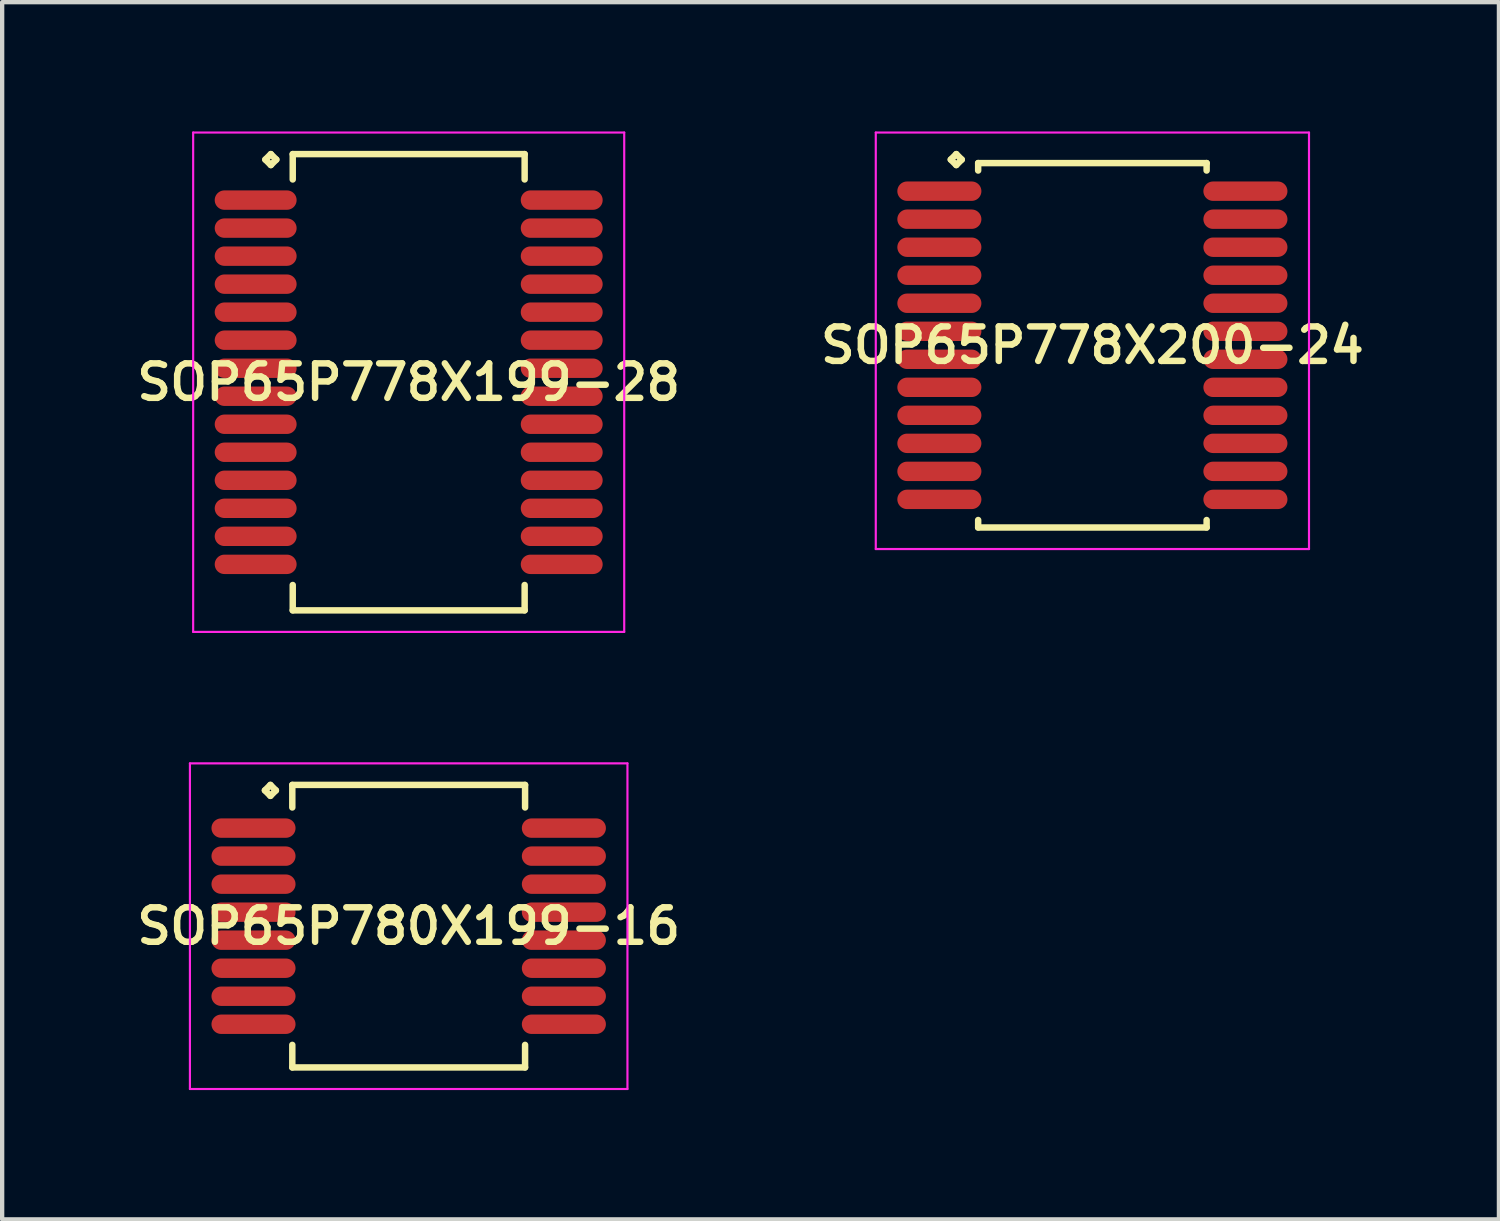
<source format=kicad_pcb>
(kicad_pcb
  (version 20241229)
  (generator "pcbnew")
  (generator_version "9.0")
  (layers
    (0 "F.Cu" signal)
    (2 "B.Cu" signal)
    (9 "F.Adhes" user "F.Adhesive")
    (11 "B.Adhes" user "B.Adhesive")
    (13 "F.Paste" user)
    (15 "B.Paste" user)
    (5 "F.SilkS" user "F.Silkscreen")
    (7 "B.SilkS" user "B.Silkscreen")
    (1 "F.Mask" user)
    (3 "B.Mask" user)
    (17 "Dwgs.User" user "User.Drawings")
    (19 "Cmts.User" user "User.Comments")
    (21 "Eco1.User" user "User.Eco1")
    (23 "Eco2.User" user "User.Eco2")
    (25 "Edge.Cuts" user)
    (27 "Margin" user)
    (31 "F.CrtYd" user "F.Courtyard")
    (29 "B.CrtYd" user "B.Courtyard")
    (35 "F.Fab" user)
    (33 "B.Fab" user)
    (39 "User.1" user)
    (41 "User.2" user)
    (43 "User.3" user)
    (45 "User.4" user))
  (footprint "SOP65P778X200-24"
    (layer "F.Cu")
    (at 22.292 4.96)
    (property "Reference" "SOP65P778X200-24" (at 0 0 0) (layer "F.SilkS") (effects (font (size 0.8 0.8) (thickness 0.15))))
    (attr smd)
    (fp_line (start -3.285 -4.308) (end -3.158 -4.435) (stroke (width 0.15) (type solid)) (layer "F.SilkS"))
    (fp_line (start -3.158 -4.435) (end -3.031 -4.308) (stroke (width 0.15) (type solid)) (layer "F.SilkS"))
    (fp_line (start -3.158 -4.181) (end -3.285 -4.308) (stroke (width 0.15) (type solid)) (layer "F.SilkS"))
    (fp_line (start -3.031 -4.308) (end -3.158 -4.181) (stroke (width 0.15) (type solid)) (layer "F.SilkS"))
    (fp_line (start -2.65 -4.227) (end 2.65 -4.227) (stroke (width 0.15) (type solid)) (layer "F.SilkS"))
    (fp_line (start -2.65 -4.054) (end -2.65 -4.227) (stroke (width 0.15) (type solid)) (layer "F.SilkS"))
    (fp_line (start -2.65 4.054) (end -2.65 4.227) (stroke (width 0.15) (type solid)) (layer "F.SilkS"))
    (fp_line (start -2.65 4.227) (end 2.65 4.227) (stroke (width 0.15) (type solid)) (layer "F.SilkS"))
    (fp_line (start 2.65 -4.227) (end 2.65 -4.054) (stroke (width 0.15) (type solid)) (layer "F.SilkS"))
    (fp_line (start 2.65 4.227) (end 2.65 4.054) (stroke (width 0.15) (type solid)) (layer "F.SilkS"))
    (fp_line (start -5.025 -4.935) (end 5.025 -4.935) (stroke (width 0.05) (type solid)) (layer "F.CrtYd"))
    (fp_line (start -5.025 4.727) (end -5.025 -4.935) (stroke (width 0.05) (type solid)) (layer "F.CrtYd"))
    (fp_line (start 5.025 -4.935) (end 5.025 4.727) (stroke (width 0.05) (type solid)) (layer "F.CrtYd"))
    (fp_line (start 5.025 4.727) (end -5.025 4.727) (stroke (width 0.05) (type solid)) (layer "F.CrtYd"))
    (pad "1" smd oval (at -3.55 -3.575) (size 1.95 0.45) (layers "F.Cu" "F.Mask" "F.Paste"))
    (pad "2" smd oval (at -3.55 -2.925) (size 1.95 0.45) (layers "F.Cu" "F.Mask" "F.Paste"))
    (pad "3" smd oval (at -3.55 -2.275) (size 1.95 0.45) (layers "F.Cu" "F.Mask" "F.Paste"))
    (pad "4" smd oval (at -3.55 -1.625) (size 1.95 0.45) (layers "F.Cu" "F.Mask" "F.Paste"))
    (pad "5" smd oval (at -3.55 -0.975) (size 1.95 0.45) (layers "F.Cu" "F.Mask" "F.Paste"))
    (pad "6" smd oval (at -3.55 -0.325) (size 1.95 0.45) (layers "F.Cu" "F.Mask" "F.Paste"))
    (pad "7" smd oval (at -3.55 0.325) (size 1.95 0.45) (layers "F.Cu" "F.Mask" "F.Paste"))
    (pad "8" smd oval (at -3.55 0.975) (size 1.95 0.45) (layers "F.Cu" "F.Mask" "F.Paste"))
    (pad "9" smd oval (at -3.55 1.625) (size 1.95 0.45) (layers "F.Cu" "F.Mask" "F.Paste"))
    (pad "10" smd oval (at -3.55 2.275) (size 1.95 0.45) (layers "F.Cu" "F.Mask" "F.Paste"))
    (pad "11" smd oval (at -3.55 2.925) (size 1.95 0.45) (layers "F.Cu" "F.Mask" "F.Paste"))
    (pad "12" smd oval (at -3.55 3.575) (size 1.95 0.45) (layers "F.Cu" "F.Mask" "F.Paste"))
    (pad "13" smd oval (at 3.55 3.575) (size 1.95 0.45) (layers "F.Cu" "F.Mask" "F.Paste"))
    (pad "14" smd oval (at 3.55 2.925) (size 1.95 0.45) (layers "F.Cu" "F.Mask" "F.Paste"))
    (pad "15" smd oval (at 3.55 2.275) (size 1.95 0.45) (layers "F.Cu" "F.Mask" "F.Paste"))
    (pad "16" smd oval (at 3.55 1.625) (size 1.95 0.45) (layers "F.Cu" "F.Mask" "F.Paste"))
    (pad "17" smd oval (at 3.55 0.975) (size 1.95 0.45) (layers "F.Cu" "F.Mask" "F.Paste"))
    (pad "18" smd oval (at 3.55 0.325) (size 1.95 0.45) (layers "F.Cu" "F.Mask" "F.Paste"))
    (pad "19" smd oval (at 3.55 -0.325) (size 1.95 0.45) (layers "F.Cu" "F.Mask" "F.Paste"))
    (pad "20" smd oval (at 3.55 -0.975) (size 1.95 0.45) (layers "F.Cu" "F.Mask" "F.Paste"))
    (pad "21" smd oval (at 3.55 -1.625) (size 1.95 0.45) (layers "F.Cu" "F.Mask" "F.Paste"))
    (pad "22" smd oval (at 3.55 -2.275) (size 1.95 0.45) (layers "F.Cu" "F.Mask" "F.Paste"))
    (pad "23" smd oval (at 3.55 -2.925) (size 1.95 0.45) (layers "F.Cu" "F.Mask" "F.Paste"))
    (pad "24" smd oval (at 3.55 -3.575) (size 1.95 0.45) (layers "F.Cu" "F.Mask" "F.Paste")))
  (footprint "SOP65P778X199-28"
    (layer "F.Cu")
    (at 6.431 5.817)
    (property "Reference" "SOP65P778X199-28" (at 0 0 0) (layer "F.SilkS") (effects (font (size 0.8 0.8) (thickness 0.15))))
    (attr smd)
    (fp_line (start -3.325 -5.165) (end -3.198 -5.292) (stroke (width 0.15) (type solid)) (layer "F.SilkS"))
    (fp_line (start -3.198 -5.292) (end -3.071 -5.165) (stroke (width 0.15) (type solid)) (layer "F.SilkS"))
    (fp_line (start -3.198 -5.038) (end -3.325 -5.165) (stroke (width 0.15) (type solid)) (layer "F.SilkS"))
    (fp_line (start -3.071 -5.165) (end -3.198 -5.038) (stroke (width 0.15) (type solid)) (layer "F.SilkS"))
    (fp_line (start -2.69 -5.292) (end 2.69 -5.292) (stroke (width 0.15) (type solid)) (layer "F.SilkS"))
    (fp_line (start -2.69 -4.704) (end -2.69 -5.292) (stroke (width 0.15) (type solid)) (layer "F.SilkS"))
    (fp_line (start -2.69 4.704) (end -2.69 5.292) (stroke (width 0.15) (type solid)) (layer "F.SilkS"))
    (fp_line (start -2.69 5.292) (end 2.69 5.292) (stroke (width 0.15) (type solid)) (layer "F.SilkS"))
    (fp_line (start 2.69 -5.292) (end 2.69 -4.704) (stroke (width 0.15) (type solid)) (layer "F.SilkS"))
    (fp_line (start 2.69 5.292) (end 2.69 4.704) (stroke (width 0.15) (type solid)) (layer "F.SilkS"))
    (fp_line (start -5 -5.792) (end 5 -5.792) (stroke (width 0.05) (type solid)) (layer "F.CrtYd"))
    (fp_line (start -5 5.792) (end -5 -5.792) (stroke (width 0.05) (type solid)) (layer "F.CrtYd"))
    (fp_line (start 5 -5.792) (end 5 5.792) (stroke (width 0.05) (type solid)) (layer "F.CrtYd"))
    (fp_line (start 5 5.792) (end -5 5.792) (stroke (width 0.05) (type solid)) (layer "F.CrtYd"))
    (pad "1" smd oval (at -3.55 -4.225) (size 1.9 0.45) (layers "F.Cu" "F.Mask" "F.Paste"))
    (pad "2" smd oval (at -3.55 -3.575) (size 1.9 0.45) (layers "F.Cu" "F.Mask" "F.Paste"))
    (pad "3" smd oval (at -3.55 -2.925) (size 1.9 0.45) (layers "F.Cu" "F.Mask" "F.Paste"))
    (pad "4" smd oval (at -3.55 -2.275) (size 1.9 0.45) (layers "F.Cu" "F.Mask" "F.Paste"))
    (pad "5" smd oval (at -3.55 -1.625) (size 1.9 0.45) (layers "F.Cu" "F.Mask" "F.Paste"))
    (pad "6" smd oval (at -3.55 -0.975) (size 1.9 0.45) (layers "F.Cu" "F.Mask" "F.Paste"))
    (pad "7" smd oval (at -3.55 -0.325) (size 1.9 0.45) (layers "F.Cu" "F.Mask" "F.Paste"))
    (pad "8" smd oval (at -3.55 0.325) (size 1.9 0.45) (layers "F.Cu" "F.Mask" "F.Paste"))
    (pad "9" smd oval (at -3.55 0.975) (size 1.9 0.45) (layers "F.Cu" "F.Mask" "F.Paste"))
    (pad "10" smd oval (at -3.55 1.625) (size 1.9 0.45) (layers "F.Cu" "F.Mask" "F.Paste"))
    (pad "11" smd oval (at -3.55 2.275) (size 1.9 0.45) (layers "F.Cu" "F.Mask" "F.Paste"))
    (pad "12" smd oval (at -3.55 2.925) (size 1.9 0.45) (layers "F.Cu" "F.Mask" "F.Paste"))
    (pad "13" smd oval (at -3.55 3.575) (size 1.9 0.45) (layers "F.Cu" "F.Mask" "F.Paste"))
    (pad "14" smd oval (at -3.55 4.225) (size 1.9 0.45) (layers "F.Cu" "F.Mask" "F.Paste"))
    (pad "15" smd oval (at 3.55 4.225) (size 1.9 0.45) (layers "F.Cu" "F.Mask" "F.Paste"))
    (pad "16" smd oval (at 3.55 3.575) (size 1.9 0.45) (layers "F.Cu" "F.Mask" "F.Paste"))
    (pad "17" smd oval (at 3.55 2.925) (size 1.9 0.45) (layers "F.Cu" "F.Mask" "F.Paste"))
    (pad "18" smd oval (at 3.55 2.275) (size 1.9 0.45) (layers "F.Cu" "F.Mask" "F.Paste"))
    (pad "19" smd oval (at 3.55 1.625) (size 1.9 0.45) (layers "F.Cu" "F.Mask" "F.Paste"))
    (pad "20" smd oval (at 3.55 0.975) (size 1.9 0.45) (layers "F.Cu" "F.Mask" "F.Paste"))
    (pad "21" smd oval (at 3.55 0.325) (size 1.9 0.45) (layers "F.Cu" "F.Mask" "F.Paste"))
    (pad "22" smd oval (at 3.55 -0.325) (size 1.9 0.45) (layers "F.Cu" "F.Mask" "F.Paste"))
    (pad "23" smd oval (at 3.55 -0.975) (size 1.9 0.45) (layers "F.Cu" "F.Mask" "F.Paste"))
    (pad "24" smd oval (at 3.55 -1.625) (size 1.9 0.45) (layers "F.Cu" "F.Mask" "F.Paste"))
    (pad "25" smd oval (at 3.55 -2.275) (size 1.9 0.45) (layers "F.Cu" "F.Mask" "F.Paste"))
    (pad "26" smd oval (at 3.55 -2.925) (size 1.9 0.45) (layers "F.Cu" "F.Mask" "F.Paste"))
    (pad "27" smd oval (at 3.55 -3.575) (size 1.9 0.45) (layers "F.Cu" "F.Mask" "F.Paste"))
    (pad "28" smd oval (at 3.55 -4.225) (size 1.9 0.45) (layers "F.Cu" "F.Mask" "F.Paste")))
  (footprint "SOP65P780X199-16"
    (layer "F.Cu")
    (at 6.431 18.436)
    (property "Reference" "SOP65P780X199-16" (at 0 0 0) (layer "F.SilkS") (effects (font (size 0.8 0.8) (thickness 0.15))))
    (attr smd)
    (fp_line (start -3.335 -3.15) (end -3.208 -3.277) (stroke (width 0.15) (type solid)) (layer "F.SilkS"))
    (fp_line (start -3.208 -3.277) (end -3.081 -3.15) (stroke (width 0.15) (type solid)) (layer "F.SilkS"))
    (fp_line (start -3.208 -3.023) (end -3.335 -3.15) (stroke (width 0.15) (type solid)) (layer "F.SilkS"))
    (fp_line (start -3.081 -3.15) (end -3.208 -3.023) (stroke (width 0.15) (type solid)) (layer "F.SilkS"))
    (fp_line (start -2.7 -3.277) (end 2.7 -3.277) (stroke (width 0.15) (type solid)) (layer "F.SilkS"))
    (fp_line (start -2.7 -2.754) (end -2.7 -3.277) (stroke (width 0.15) (type solid)) (layer "F.SilkS"))
    (fp_line (start -2.7 2.754) (end -2.7 3.277) (stroke (width 0.15) (type solid)) (layer "F.SilkS"))
    (fp_line (start -2.7 3.277) (end 2.7 3.277) (stroke (width 0.15) (type solid)) (layer "F.SilkS"))
    (fp_line (start 2.7 -3.277) (end 2.7 -2.754) (stroke (width 0.15) (type solid)) (layer "F.SilkS"))
    (fp_line (start 2.7 3.277) (end 2.7 2.754) (stroke (width 0.15) (type solid)) (layer "F.SilkS"))
    (fp_line (start -5.075 -3.777) (end 5.075 -3.777) (stroke (width 0.05) (type solid)) (layer "F.CrtYd"))
    (fp_line (start -5.075 3.777) (end -5.075 -3.777) (stroke (width 0.05) (type solid)) (layer "F.CrtYd"))
    (fp_line (start 5.075 -3.777) (end 5.075 3.777) (stroke (width 0.05) (type solid)) (layer "F.CrtYd"))
    (fp_line (start 5.075 3.777) (end -5.075 3.777) (stroke (width 0.05) (type solid)) (layer "F.CrtYd"))
    (pad "1" smd oval (at -3.6 -2.275) (size 1.95 0.45) (layers "F.Cu" "F.Mask" "F.Paste"))
    (pad "2" smd oval (at -3.6 -1.625) (size 1.95 0.45) (layers "F.Cu" "F.Mask" "F.Paste"))
    (pad "3" smd oval (at -3.6 -0.975) (size 1.95 0.45) (layers "F.Cu" "F.Mask" "F.Paste"))
    (pad "4" smd oval (at -3.6 -0.325) (size 1.95 0.45) (layers "F.Cu" "F.Mask" "F.Paste"))
    (pad "5" smd oval (at -3.6 0.325) (size 1.95 0.45) (layers "F.Cu" "F.Mask" "F.Paste"))
    (pad "6" smd oval (at -3.6 0.975) (size 1.95 0.45) (layers "F.Cu" "F.Mask" "F.Paste"))
    (pad "7" smd oval (at -3.6 1.625) (size 1.95 0.45) (layers "F.Cu" "F.Mask" "F.Paste"))
    (pad "8" smd oval (at -3.6 2.275) (size 1.95 0.45) (layers "F.Cu" "F.Mask" "F.Paste"))
    (pad "9" smd oval (at 3.6 2.275) (size 1.95 0.45) (layers "F.Cu" "F.Mask" "F.Paste"))
    (pad "10" smd oval (at 3.6 1.625) (size 1.95 0.45) (layers "F.Cu" "F.Mask" "F.Paste"))
    (pad "11" smd oval (at 3.6 0.975) (size 1.95 0.45) (layers "F.Cu" "F.Mask" "F.Paste"))
    (pad "12" smd oval (at 3.6 0.325) (size 1.95 0.45) (layers "F.Cu" "F.Mask" "F.Paste"))
    (pad "13" smd oval (at 3.6 -0.325) (size 1.95 0.45) (layers "F.Cu" "F.Mask" "F.Paste"))
    (pad "14" smd oval (at 3.6 -0.975) (size 1.95 0.45) (layers "F.Cu" "F.Mask" "F.Paste"))
    (pad "15" smd oval (at 3.6 -1.625) (size 1.95 0.45) (layers "F.Cu" "F.Mask" "F.Paste"))
    (pad "16" smd oval (at 3.6 -2.275) (size 1.95 0.45) (layers "F.Cu" "F.Mask" "F.Paste")))
  (gr_rect
    (start -3 -3)
    (end 31.723 25.238)
    (stroke (width 0.1) (type default))
    (fill no)
    (layer "Edge.Cuts")))
</source>
